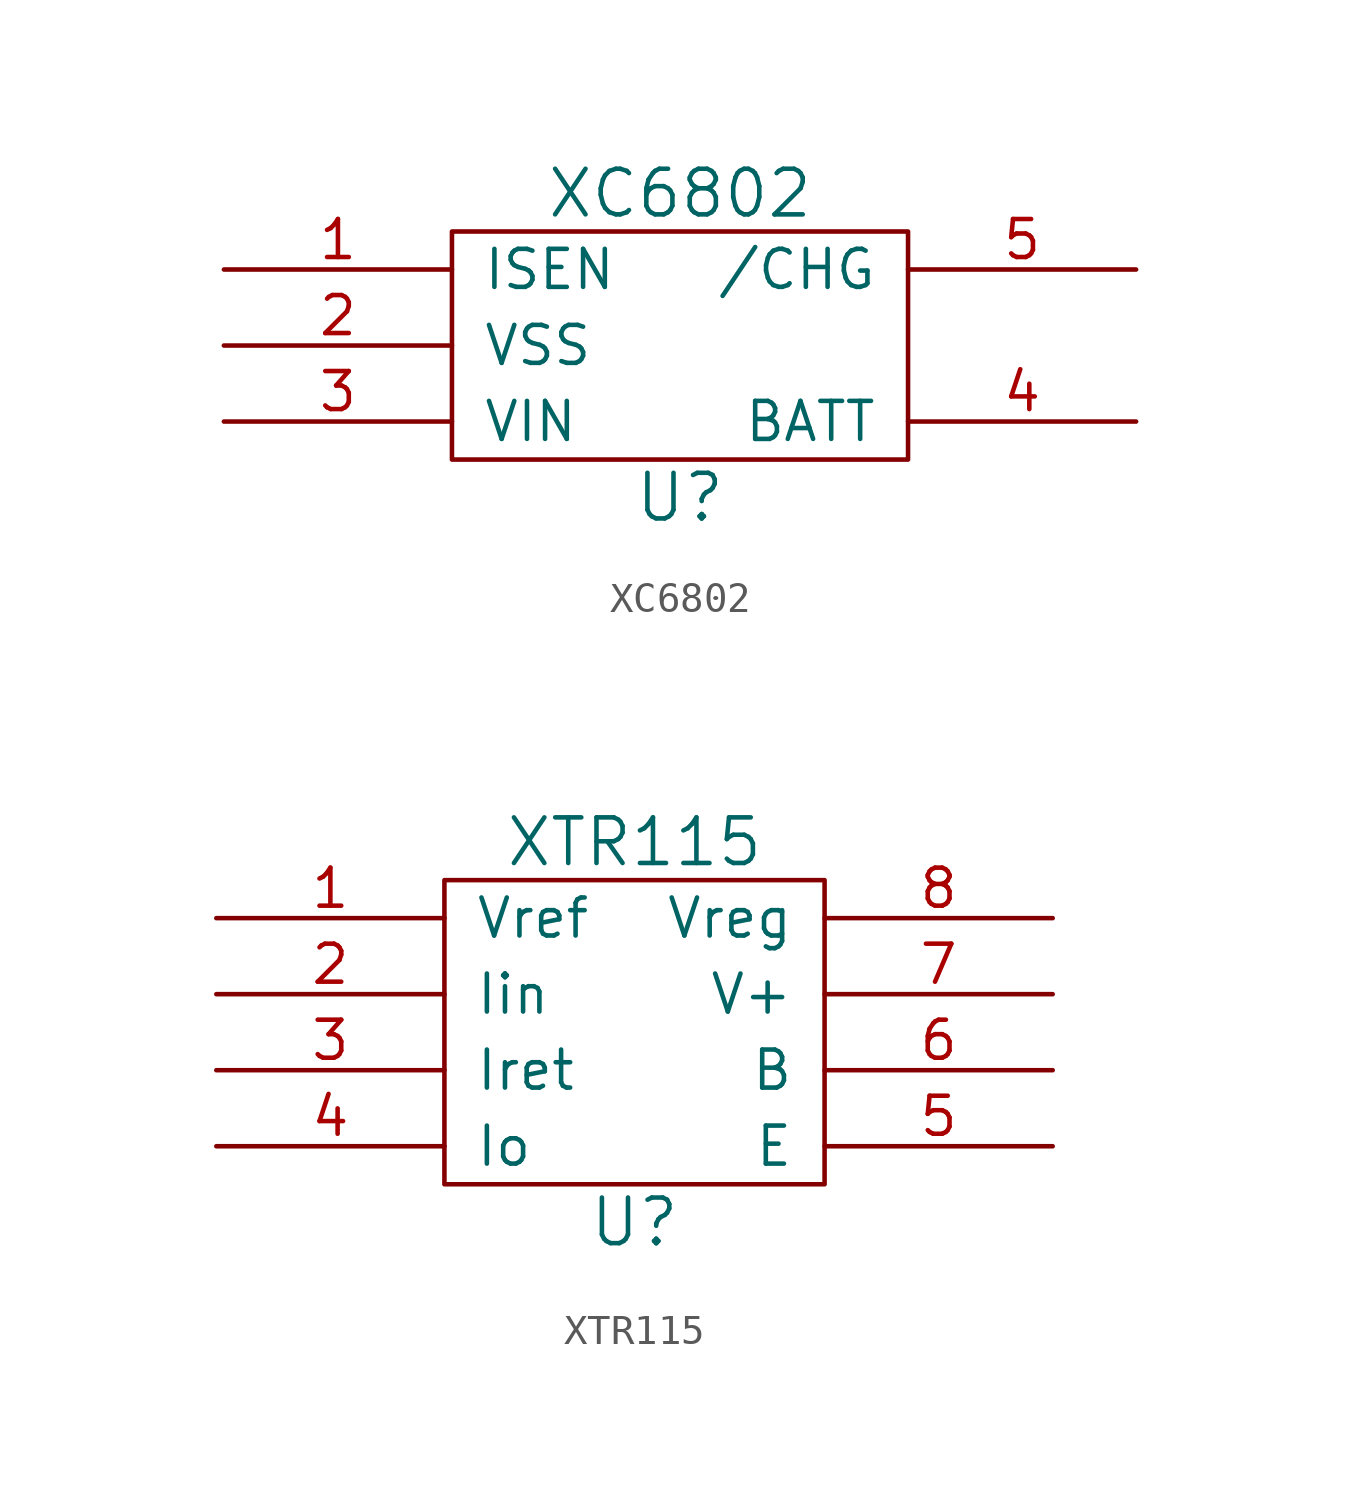
<source format=kicad_sym>
(kicad_symbol_lib
  (version 20211014)
  (generator kicad_symbol_editor)
  (symbol "XC6802"
    (pin_names
      (offset 1.016))
    (property "Reference" "U"
      (at 0 -5.08 0)
      (effects (font (size 1.524 1.524))))
    (property "Value" "XC6802"
      (at 0 5.08 0)
      (effects (font (size 1.524 1.524))))
    (property "Footprint" ""
      (at 0 0 0)
      (effects (font (size 1.524 1.524))))
    (property "Datasheet" ""
      (at 0 0 0)
      (effects (font (size 1.524 1.524))))
    (symbol "XC6802_0_1"
      (rectangle (start -7.62 3.81) (end 7.62 -3.81) (stroke (width 0) (type default) (color 0 0 0 0)) (fill (type none))))
    (symbol "XC6802_1_1"
      (pin input line (at -15.24 2.54 0) (length 7.62) (name "ISEN" (effects (font (size 1.27 1.27)))) (number "1" (effects (font (size 1.27 1.27)))))
      (pin input line (at -15.24 0 0) (length 7.62) (name "VSS" (effects (font (size 1.27 1.27)))) (number "2" (effects (font (size 1.27 1.27)))))
      (pin input line (at -15.24 -2.54 0) (length 7.62) (name "VIN" (effects (font (size 1.27 1.27)))) (number "3" (effects (font (size 1.27 1.27)))))
      (pin input line (at 15.24 -2.54 180) (length 7.62) (name "BATT" (effects (font (size 1.27 1.27)))) (number "4" (effects (font (size 1.27 1.27)))))
      (pin input line (at 15.24 2.54 180) (length 7.62) (name "/CHG" (effects (font (size 1.27 1.27)))) (number "5" (effects (font (size 1.27 1.27)))))))
  (symbol "XTR115"
    (pin_names
      (offset 1.016))
    (property "Reference" "U"
      (at 0 -6.35 0)
      (effects (font (size 1.524 1.524))))
    (property "Value" "XTR115"
      (at 0 6.35 0)
      (effects (font (size 1.524 1.524))))
    (property "Footprint" ""
      (at 0 0 0)
      (effects (font (size 1.524 1.524))))
    (property "Datasheet" ""
      (at 0 0 0)
      (effects (font (size 1.524 1.524))))
    (symbol "XTR115_0_1"
      (rectangle (start -6.35 5.08) (end 6.35 -5.08) (stroke (width 0) (type default) (color 0 0 0 0)) (fill (type none))))
    (symbol "XTR115_1_1"
      (pin input line (at -13.97 3.81 0) (length 7.62) (name "Vref" (effects (font (size 1.27 1.27)))) (number "1" (effects (font (size 1.27 1.27)))))
      (pin input line (at -13.97 1.27 0) (length 7.62) (name "Iin" (effects (font (size 1.27 1.27)))) (number "2" (effects (font (size 1.27 1.27)))))
      (pin input line (at -13.97 -1.27 0) (length 7.62) (name "Iret" (effects (font (size 1.27 1.27)))) (number "3" (effects (font (size 1.27 1.27)))))
      (pin input line (at -13.97 -3.81 0) (length 7.62) (name "Io" (effects (font (size 1.27 1.27)))) (number "4" (effects (font (size 1.27 1.27)))))
      (pin input line (at 13.97 -3.81 180) (length 7.62) (name "E" (effects (font (size 1.27 1.27)))) (number "5" (effects (font (size 1.27 1.27)))))
      (pin input line (at 13.97 -1.27 180) (length 7.62) (name "B" (effects (font (size 1.27 1.27)))) (number "6" (effects (font (size 1.27 1.27)))))
      (pin input line (at 13.97 1.27 180) (length 7.62) (name "V+" (effects (font (size 1.27 1.27)))) (number "7" (effects (font (size 1.27 1.27)))))
      (pin input line (at 13.97 3.81 180) (length 7.62) (name "Vreg" (effects (font (size 1.27 1.27)))) (number "8" (effects (font (size 1.27 1.27))))))))
</source>
